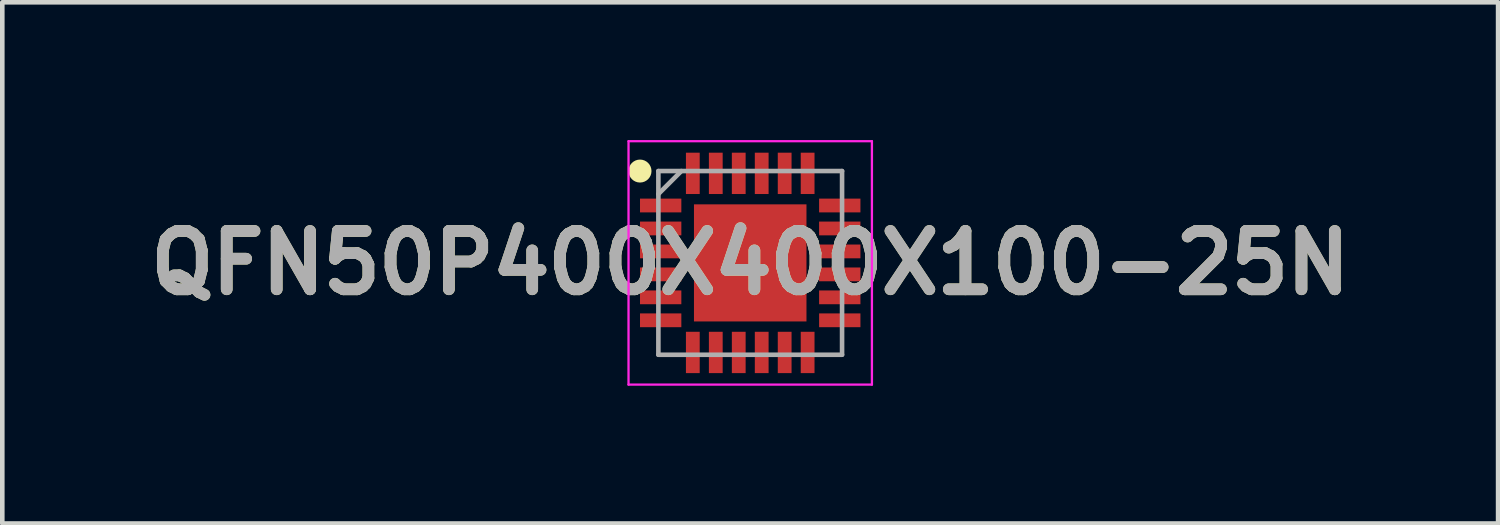
<source format=kicad_pcb>
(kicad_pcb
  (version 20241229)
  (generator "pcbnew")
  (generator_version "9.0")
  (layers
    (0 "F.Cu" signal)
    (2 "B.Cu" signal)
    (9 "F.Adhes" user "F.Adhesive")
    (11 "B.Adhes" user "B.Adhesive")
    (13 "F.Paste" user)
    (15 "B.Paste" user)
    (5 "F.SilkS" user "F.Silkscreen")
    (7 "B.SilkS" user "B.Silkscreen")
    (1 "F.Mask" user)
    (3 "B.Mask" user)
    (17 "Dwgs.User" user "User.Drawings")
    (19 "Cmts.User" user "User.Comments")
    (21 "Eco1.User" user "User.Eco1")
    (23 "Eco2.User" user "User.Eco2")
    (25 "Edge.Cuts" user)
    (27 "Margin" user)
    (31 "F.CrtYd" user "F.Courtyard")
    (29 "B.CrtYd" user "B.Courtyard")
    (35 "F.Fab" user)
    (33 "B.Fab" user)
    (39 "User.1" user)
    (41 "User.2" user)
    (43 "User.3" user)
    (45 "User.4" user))
  (footprint "QFN50P400X400X100-25N"
    (layer "F.Cu")
    (at 13.287 2.675)
    (property "Reference" "QFN50P400X400X100-25N" (at 0 0 0) (layer "F.SilkS") (effects (font (size 1.27 1.27) (thickness 0.254))))
    (attr smd)
    (fp_circle (center -2.4 -2) (end -2.4 -1.875) (stroke (width 0.25) (type solid)) (fill no) (layer "F.SilkS"))
    (fp_line (start -2.65 -2.65) (end 2.65 -2.65) (stroke (width 0.05) (type solid)) (layer "F.CrtYd"))
    (fp_line (start -2.65 2.65) (end -2.65 -2.65) (stroke (width 0.05) (type solid)) (layer "F.CrtYd"))
    (fp_line (start 2.65 -2.65) (end 2.65 2.65) (stroke (width 0.05) (type solid)) (layer "F.CrtYd"))
    (fp_line (start 2.65 2.65) (end -2.65 2.65) (stroke (width 0.05) (type solid)) (layer "F.CrtYd"))
    (fp_line (start -2 -2) (end 2 -2) (stroke (width 0.1) (type solid)) (layer "F.Fab"))
    (fp_line (start -2 -1.5) (end -1.5 -2) (stroke (width 0.1) (type solid)) (layer "F.Fab"))
    (fp_line (start -2 2) (end -2 -2) (stroke (width 0.1) (type solid)) (layer "F.Fab"))
    (fp_line (start 2 -2) (end 2 2) (stroke (width 0.1) (type solid)) (layer "F.Fab"))
    (fp_line (start 2 2) (end -2 2) (stroke (width 0.1) (type solid)) (layer "F.Fab"))
    (fp_text user "${REFERENCE}" (at 0 0 0) (layer "F.Fab") (effects (font (size 1.27 1.27) (thickness 0.254))))
    (pad "1" smd rect (at -1.95 -1.25 90) (size 0.3 0.9) (layers "F.Cu" "F.Mask" "F.Paste"))
    (pad "2" smd rect (at -1.95 -0.75 90) (size 0.3 0.9) (layers "F.Cu" "F.Mask" "F.Paste"))
    (pad "3" smd rect (at -1.95 -0.25 90) (size 0.3 0.9) (layers "F.Cu" "F.Mask" "F.Paste"))
    (pad "4" smd rect (at -1.95 0.25 90) (size 0.3 0.9) (layers "F.Cu" "F.Mask" "F.Paste"))
    (pad "5" smd rect (at -1.95 0.75 90) (size 0.3 0.9) (layers "F.Cu" "F.Mask" "F.Paste"))
    (pad "6" smd rect (at -1.95 1.25 90) (size 0.3 0.9) (layers "F.Cu" "F.Mask" "F.Paste"))
    (pad "7" smd rect (at -1.25 1.95) (size 0.3 0.9) (layers "F.Cu" "F.Mask" "F.Paste"))
    (pad "8" smd rect (at -0.75 1.95) (size 0.3 0.9) (layers "F.Cu" "F.Mask" "F.Paste"))
    (pad "9" smd rect (at -0.25 1.95) (size 0.3 0.9) (layers "F.Cu" "F.Mask" "F.Paste"))
    (pad "10" smd rect (at 0.25 1.95) (size 0.3 0.9) (layers "F.Cu" "F.Mask" "F.Paste"))
    (pad "11" smd rect (at 0.75 1.95) (size 0.3 0.9) (layers "F.Cu" "F.Mask" "F.Paste"))
    (pad "12" smd rect (at 1.25 1.95) (size 0.3 0.9) (layers "F.Cu" "F.Mask" "F.Paste"))
    (pad "13" smd rect (at 1.95 1.25 90) (size 0.3 0.9) (layers "F.Cu" "F.Mask" "F.Paste"))
    (pad "14" smd rect (at 1.95 0.75 90) (size 0.3 0.9) (layers "F.Cu" "F.Mask" "F.Paste"))
    (pad "15" smd rect (at 1.95 0.25 90) (size 0.3 0.9) (layers "F.Cu" "F.Mask" "F.Paste"))
    (pad "16" smd rect (at 1.95 -0.25 90) (size 0.3 0.9) (layers "F.Cu" "F.Mask" "F.Paste"))
    (pad "17" smd rect (at 1.95 -0.75 90) (size 0.3 0.9) (layers "F.Cu" "F.Mask" "F.Paste"))
    (pad "18" smd rect (at 1.95 -1.25 90) (size 0.3 0.9) (layers "F.Cu" "F.Mask" "F.Paste"))
    (pad "19" smd rect (at 1.25 -1.95) (size 0.3 0.9) (layers "F.Cu" "F.Mask" "F.Paste"))
    (pad "20" smd rect (at 0.75 -1.95) (size 0.3 0.9) (layers "F.Cu" "F.Mask" "F.Paste"))
    (pad "21" smd rect (at 0.25 -1.95) (size 0.3 0.9) (layers "F.Cu" "F.Mask" "F.Paste"))
    (pad "22" smd rect (at -0.25 -1.95) (size 0.3 0.9) (layers "F.Cu" "F.Mask" "F.Paste"))
    (pad "23" smd rect (at -0.75 -1.95) (size 0.3 0.9) (layers "F.Cu" "F.Mask" "F.Paste"))
    (pad "24" smd rect (at -1.25 -1.95) (size 0.3 0.9) (layers "F.Cu" "F.Mask" "F.Paste"))
    (pad "25" smd rect (at 0 0) (size 2.45 2.55) (layers "F.Cu" "F.Mask" "F.Paste")))
  (gr_rect
    (start -3 -3)
    (end 29.573 8.35)
    (stroke (width 0.1) (type default))
    (fill no)
    (layer "Edge.Cuts")))
</source>
